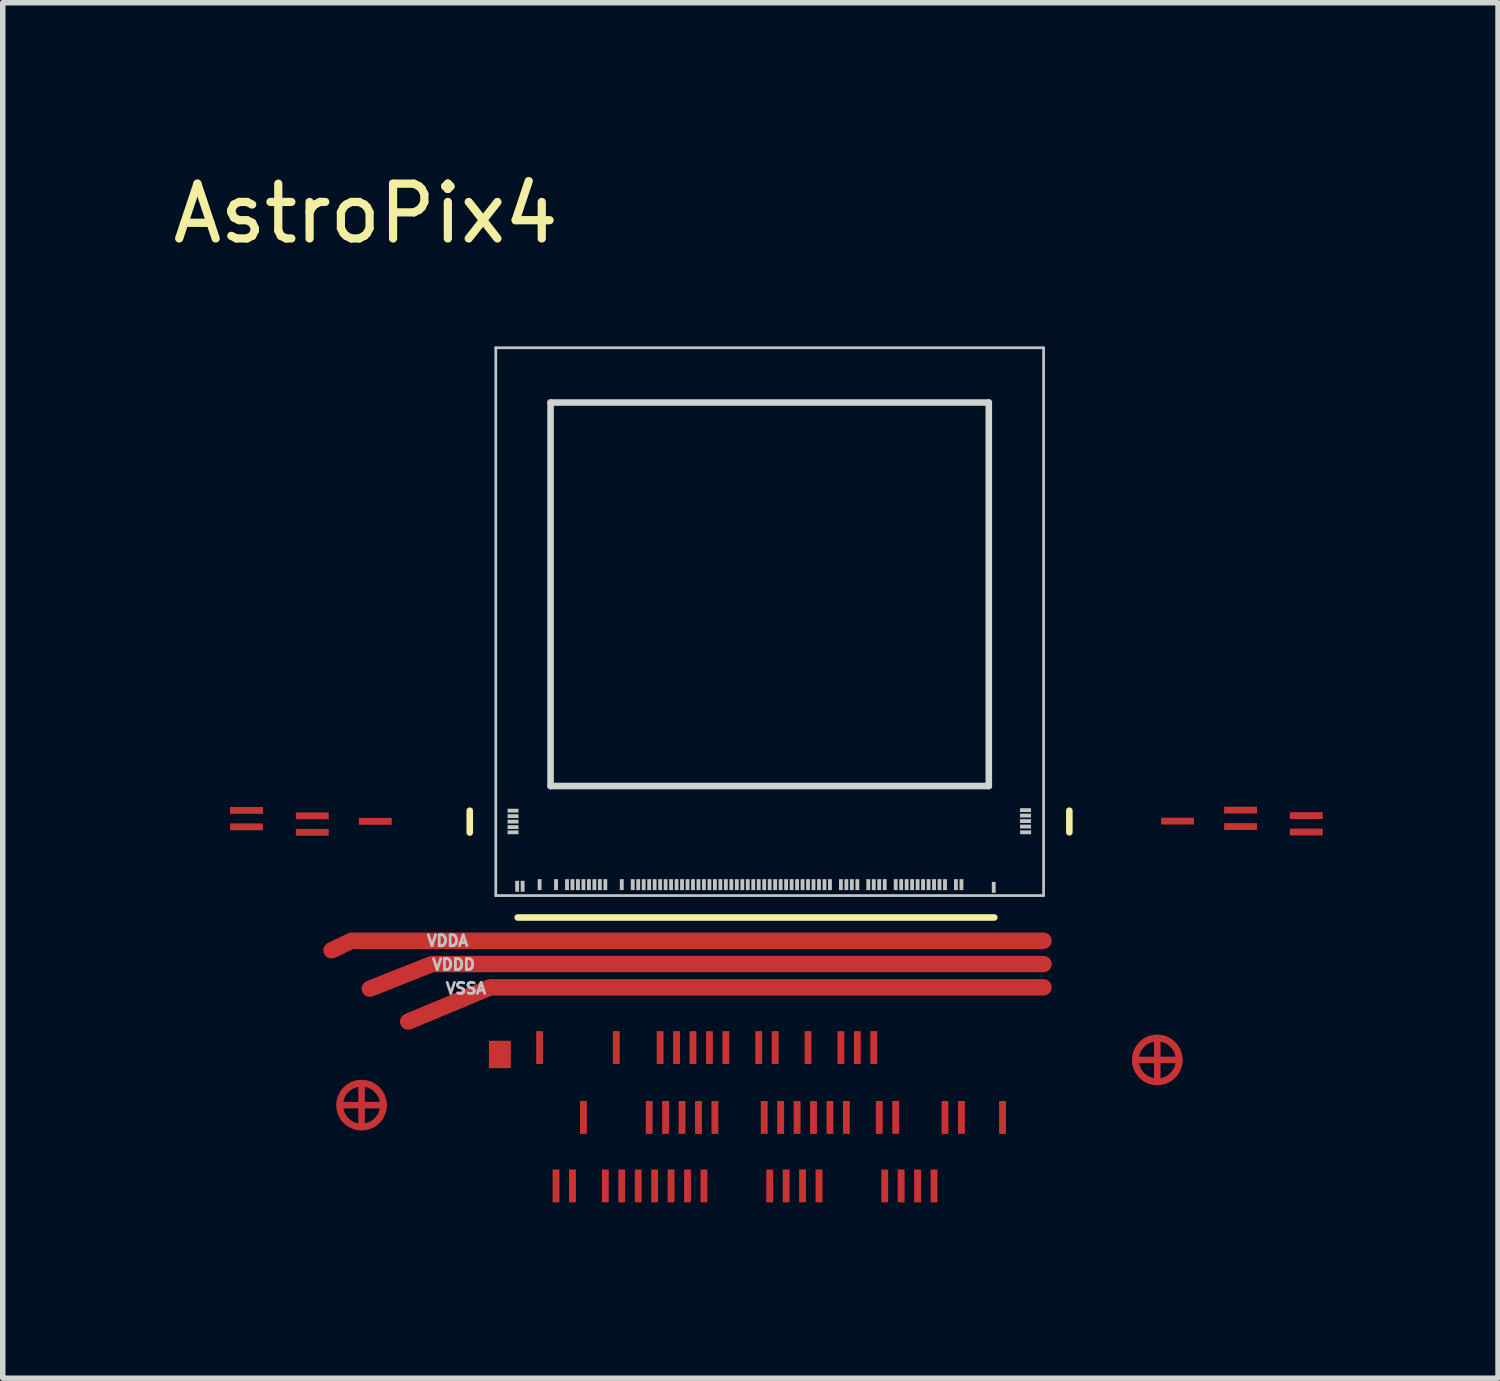
<source format=kicad_pcb>
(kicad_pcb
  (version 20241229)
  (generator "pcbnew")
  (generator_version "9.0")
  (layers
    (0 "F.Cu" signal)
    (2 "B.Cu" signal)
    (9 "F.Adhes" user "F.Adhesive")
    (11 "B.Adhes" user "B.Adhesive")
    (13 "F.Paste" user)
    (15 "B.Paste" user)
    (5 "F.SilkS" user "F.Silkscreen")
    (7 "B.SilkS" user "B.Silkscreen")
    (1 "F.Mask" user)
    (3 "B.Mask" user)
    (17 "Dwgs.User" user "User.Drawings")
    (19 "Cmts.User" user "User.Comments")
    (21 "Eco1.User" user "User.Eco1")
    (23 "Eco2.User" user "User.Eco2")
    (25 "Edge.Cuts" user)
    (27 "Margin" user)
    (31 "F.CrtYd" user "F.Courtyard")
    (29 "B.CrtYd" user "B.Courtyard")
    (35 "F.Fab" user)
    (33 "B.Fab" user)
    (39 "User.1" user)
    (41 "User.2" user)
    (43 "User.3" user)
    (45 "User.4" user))
  (footprint "AstroPix4"
    (layer "F.Cu")
    (at 6 13.298)
    (property "Reference" "AstroPix4" (at -2.375 -12.45 0) (layer "F.SilkS") (effects (font (size 1 1) (thickness 0.15))))
    (attr allow_soldermask_bridges)
    (fp_line (start -2.8 3.825) (end -2.05 3.825) (stroke (width 0.12) (type solid)) (layer "F.Cu"))
    (fp_line (start -2.45 3.475) (end -2.45 4.225) (stroke (width 0.12) (type solid)) (layer "F.Cu"))
    (fp_line (start 11.725 3) (end 12.475 3) (stroke (width 0.12) (type solid)) (layer "F.Cu"))
    (fp_line (start 12.075 2.65) (end 12.075 3.4) (stroke (width 0.12) (type solid)) (layer "F.Cu"))
    (fp_circle (center -2.45 3.825) (end -2.05 3.825) (stroke (width 0.125) (type solid)) (fill no) (layer "F.Cu"))
    (fp_circle (center 12.075 3) (end 12.475 3) (stroke (width 0.125) (type solid)) (fill no) (layer "F.Cu"))
    (fp_rect (start -0.3 2.975) (end 9.742 5.75) (stroke (width 0.12) (type solid)) (fill yes) (layer "F.Mask"))
    (fp_circle (center -2.45 3.825) (end -2.075 3.825) (stroke (width 0.2) (type solid)) (fill yes) (layer "F.Mask"))
    (fp_circle (center 12.075 3) (end 12.45 3) (stroke (width 0.2) (type solid)) (fill yes) (layer "F.Mask"))
    (fp_poly (pts (xy -1.79 -0.963) (xy -4.99 -0.963) (xy -4.99 -1.683) (xy -1.79 -1.683)) (stroke (width 0.1) (type solid)) (fill yes) (layer "F.Mask"))
    (fp_poly (pts (xy 11.15 2.9) (xy -1.15 2.9) (xy -1.15 -11.1) (xy 11.15 -11.1)) (stroke (width 0.1) (type solid)) (fill yes) (layer "F.Mask"))
    (fp_poly (pts (xy 15.245 -1.005) (xy 12.045 -1.005) (xy 12.045 -1.855) (xy 15.245 -1.855)) (stroke (width 0.1) (type solid)) (fill yes) (layer "F.Mask"))
    (fp_line (start -0.475 -1.15) (end -0.475 -1.55) (stroke (width 0.12) (type solid)) (layer "F.SilkS"))
    (fp_line (start 0.4 0.4) (end 9.1 0.4) (stroke (width 0.12) (type solid)) (layer "F.SilkS"))
    (fp_line (start 10.47 -1.155) (end 10.47 -1.55) (stroke (width 0.12) (type solid)) (layer "F.SilkS"))
    (fp_line (start 0 -10) (end 0 0) (stroke (width 0.05) (type solid)) (layer "Dwgs.User"))
    (fp_line (start 10 -10) (end 0 -10) (stroke (width 0.05) (type solid)) (layer "Dwgs.User"))
    (fp_line (start 10 -10) (end 10 0) (stroke (width 0.05) (type solid)) (layer "Dwgs.User"))
    (fp_line (start 10 0) (end 0 0) (stroke (width 0.05) (type solid)) (layer "Dwgs.User"))
    (fp_line (start 1 -9) (end 9 -9) (stroke (width 0.12) (type default)) (layer "Edge.Cuts"))
    (fp_line (start 1 -2) (end 1 -9) (stroke (width 0.12) (type default)) (layer "Edge.Cuts"))
    (fp_line (start 9 -9) (end 9 -2) (stroke (width 0.12) (type default)) (layer "Edge.Cuts"))
    (fp_line (start 9 -2) (end 1 -2) (stroke (width 0.12) (type default)) (layer "Edge.Cuts"))
    (fp_line (start -4.555 -1.25) (end 0.32 -1.25) (stroke (width 0.05) (type solid)) (layer "User.2"))
    (fp_line (start -4.55 -1.555) (end 0.325 -1.555) (stroke (width 0.05) (type solid)) (layer "User.2"))
    (fp_line (start -3.567 -1.451) (end 0.36 -1.45) (stroke (width 0.05) (type solid)) (layer "User.2"))
    (fp_line (start -3.562 -1.156) (end 0.365 -1.155) (stroke (width 0.05) (type solid)) (layer "User.2"))
    (fp_line (start -2.328 -1.351) (end 0.367 -1.359) (stroke (width 0.05) (type solid)) (layer "User.2"))
    (fp_line (start 0.386 -0.198) (end 0 2.7) (stroke (width 0.05) (type solid)) (layer "User.2"))
    (fp_line (start 0.481 -0.198) (end 0.2 2.7) (stroke (width 0.05) (type solid)) (layer "User.2"))
    (fp_line (start 0.8 -0.198) (end 0.8 2.7) (stroke (width 0.05) (type solid)) (layer "User.2"))
    (fp_line (start 1.1 -0.199) (end 1.09 4.62) (stroke (width 0.05) (type solid)) (layer "User.2"))
    (fp_line (start 1.3 -0.22) (end 1.3 0.83) (stroke (width 0.05) (type solid)) (layer "User.2"))
    (fp_line (start 1.4 -0.215) (end 1.4 4.6) (stroke (width 0.05) (type solid)) (layer "User.2"))
    (fp_line (start 1.5 -0.215) (end 1.5 0.835) (stroke (width 0.05) (type solid)) (layer "User.2"))
    (fp_line (start 1.6 -0.215) (end 1.6 3.61) (stroke (width 0.05) (type solid)) (layer "User.2"))
    (fp_line (start 1.7 -0.205) (end 1.7 1.69) (stroke (width 0.05) (type solid)) (layer "User.2"))
    (fp_line (start 1.8 -0.205) (end 1.8 1.69) (stroke (width 0.05) (type solid)) (layer "User.2"))
    (fp_line (start 1.9 -0.205) (end 1.9 0.845) (stroke (width 0.05) (type solid)) (layer "User.2"))
    (fp_line (start 2 -0.198) (end 2 4.617) (stroke (width 0.05) (type solid)) (layer "User.2"))
    (fp_line (start 2.3 -0.189) (end 2.19 2.6) (stroke (width 0.05) (type solid)) (layer "User.2"))
    (fp_line (start 2.5 -0.19) (end 2.31 4.6) (stroke (width 0.05) (type solid)) (layer "User.2"))
    (fp_line (start 2.6 -0.19) (end 2.59 4.63) (stroke (width 0.05) (type solid)) (layer "User.2"))
    (fp_line (start 2.7 -0.19) (end 2.7 1.248) (stroke (width 0.05) (type solid)) (layer "User.2"))
    (fp_line (start 2.8 -0.188) (end 2.8 3.66) (stroke (width 0.05) (type solid)) (layer "User.2"))
    (fp_line (start 2.9 -0.179) (end 2.89 4.64) (stroke (width 0.05) (type solid)) (layer "User.2"))
    (fp_line (start 3 -0.18) (end 3 2.62) (stroke (width 0.05) (type solid)) (layer "User.2"))
    (fp_line (start 3.1 -0.194) (end 3.1 3.654) (stroke (width 0.05) (type solid)) (layer "User.2"))
    (fp_line (start 3.2 -0.185) (end 3.19 4.634) (stroke (width 0.05) (type solid)) (layer "User.2"))
    (fp_line (start 3.3 -0.186) (end 3.3 2.614) (stroke (width 0.05) (type solid)) (layer "User.2"))
    (fp_line (start 3.4 -0.194) (end 3.4 3.654) (stroke (width 0.05) (type solid)) (layer "User.2"))
    (fp_line (start 3.5 -0.185) (end 3.49 4.634) (stroke (width 0.05) (type solid)) (layer "User.2"))
    (fp_line (start 3.6 -0.186) (end 3.6 2.614) (stroke (width 0.05) (type solid)) (layer "User.2"))
    (fp_line (start 3.7 -0.204) (end 3.7 3.644) (stroke (width 0.05) (type solid)) (layer "User.2"))
    (fp_line (start 3.8 -0.195) (end 3.79 4.624) (stroke (width 0.05) (type solid)) (layer "User.2"))
    (fp_line (start 3.9 -0.196) (end 3.9 2.604) (stroke (width 0.05) (type solid)) (layer "User.2"))
    (fp_line (start 4 -0.204) (end 4 3.644) (stroke (width 0.05) (type solid)) (layer "User.2"))
    (fp_line (start 4.1 -0.195) (end 4.1 1.28) (stroke (width 0.05) (type solid)) (layer "User.2"))
    (fp_line (start 4.2 -0.196) (end 4.2 2.604) (stroke (width 0.05) (type solid)) (layer "User.2"))
    (fp_line (start 4.3 -0.214) (end 4.3 1.7) (stroke (width 0.05) (type solid)) (layer "User.2"))
    (fp_line (start 4.4 -0.205) (end 4.4 1.7) (stroke (width 0.05) (type solid)) (layer "User.2"))
    (fp_line (start 4.5 -0.206) (end 4.5 0.83) (stroke (width 0.05) (type solid)) (layer "User.2"))
    (fp_line (start 4.6 -0.214) (end 4.6 0.83) (stroke (width 0.05) (type solid)) (layer "User.2"))
    (fp_line (start 4.8 -0.206) (end 4.8 2.594) (stroke (width 0.05) (type solid)) (layer "User.2"))
    (fp_line (start 4.905 -0.208) (end 4.905 3.639) (stroke (width 0.05) (type solid)) (layer "User.2"))
    (fp_line (start 5.005 -0.199) (end 4.995 4.619) (stroke (width 0.05) (type solid)) (layer "User.2"))
    (fp_line (start 5.105 -0.201) (end 5.105 2.599) (stroke (width 0.05) (type solid)) (layer "User.2"))
    (fp_line (start 5.205 -0.208) (end 5.205 3.639) (stroke (width 0.05) (type solid)) (layer "User.2"))
    (fp_line (start 5.305 -0.199) (end 5.295 4.619) (stroke (width 0.05) (type solid)) (layer "User.2"))
    (fp_line (start 5.4 -0.204) (end 5.4 0.84) (stroke (width 0.05) (type solid)) (layer "User.2"))
    (fp_line (start 5.505 -0.218) (end 5.505 3.629) (stroke (width 0.05) (type solid)) (layer "User.2"))
    (fp_line (start 5.605 -0.209) (end 5.595 4.609) (stroke (width 0.05) (type solid)) (layer "User.2"))
    (fp_line (start 5.695 -0.221) (end 5.695 2.579) (stroke (width 0.05) (type solid)) (layer "User.2"))
    (fp_line (start 5.795 -0.228) (end 5.795 3.619) (stroke (width 0.05) (type solid)) (layer "User.2"))
    (fp_line (start 5.895 -0.219) (end 5.9 4.59) (stroke (width 0.05) (type solid)) (layer "User.2"))
    (fp_line (start 6 -0.212) (end 6 0.832) (stroke (width 0.05) (type solid)) (layer "User.2"))
    (fp_line (start 6.1 -0.207) (end 6.1 3.64) (stroke (width 0.05) (type solid)) (layer "User.2"))
    (fp_line (start 6.3 -0.23) (end 6.3 2.57) (stroke (width 0.05) (type solid)) (layer "User.2"))
    (fp_line (start 6.4 -0.217) (end 6.4 3.63) (stroke (width 0.05) (type solid)) (layer "User.2"))
    (fp_line (start 6.5 -0.225) (end 6.5 1.68) (stroke (width 0.05) (type solid)) (layer "User.2"))
    (fp_line (start 6.6 -0.22) (end 6.6 2.58) (stroke (width 0.05) (type solid)) (layer "User.2"))
    (fp_line (start 6.8 -0.202) (end 6.8 0.842) (stroke (width 0.05) (type solid)) (layer "User.2"))
    (fp_line (start 6.897 -0.216) (end 6.897 2.584) (stroke (width 0.05) (type solid)) (layer "User.2"))
    (fp_line (start 6.997 -0.224) (end 6.997 3.624) (stroke (width 0.05) (type solid)) (layer "User.2"))
    (fp_line (start 7.098 -0.214) (end 7.103 4.595) (stroke (width 0.05) (type solid)) (layer "User.2"))
    (fp_line (start 7.3 -0.223) (end 7.3 3.625) (stroke (width 0.05) (type solid)) (layer "User.2"))
    (fp_line (start 7.4 -0.213) (end 7.405 4.596) (stroke (width 0.05) (type solid)) (layer "User.2"))
    (fp_line (start 7.5 -0.2) (end 7.5 1.705) (stroke (width 0.05) (type solid)) (layer "User.2"))
    (fp_line (start 7.6 -0.197) (end 7.6 0.847) (stroke (width 0.05) (type solid)) (layer "User.2"))
    (fp_line (start 7.697 -0.23) (end 7.702 4.58) (stroke (width 0.05) (type solid)) (layer "User.2"))
    (fp_line (start 7.8 -0.228) (end 7.8 1.677) (stroke (width 0.05) (type solid)) (layer "User.2"))
    (fp_line (start 7.9 -0.224) (end 7.9 0.819) (stroke (width 0.05) (type solid)) (layer "User.2"))
    (fp_line (start 7.997 -0.23) (end 8.002 4.58) (stroke (width 0.05) (type solid)) (layer "User.2"))
    (fp_line (start 8.2 -0.233) (end 8.2 3.615) (stroke (width 0.05) (type solid)) (layer "User.2"))
    (fp_line (start 8.4 -0.225) (end 8.4 1.25) (stroke (width 0.05) (type solid)) (layer "User.2"))
    (fp_line (start 8.5 -0.225) (end 8.5 3.623) (stroke (width 0.05) (type solid)) (layer "User.2"))
    (fp_line (start 9.1 -0.174) (end 9.25 3.575) (stroke (width 0.05) (type solid)) (layer "User.2"))
    (fp_line (start 9.685 -1.465) (end 14.56 -1.465) (stroke (width 0.05) (type solid)) (layer "User.2"))
    (fp_line (start 9.693 -1.556) (end 13.62 -1.555) (stroke (width 0.05) (type solid)) (layer "User.2"))
    (fp_line (start 9.695 -1.155) (end 14.57 -1.155) (stroke (width 0.05) (type solid)) (layer "User.2"))
    (fp_line (start 9.707 -1.261) (end 13.635 -1.26) (stroke (width 0.05) (type solid)) (layer "User.2"))
    (fp_line (start 9.713 -1.356) (end 12.408 -1.364) (stroke (width 0.05) (type solid)) (layer "User.2"))
    (fp_text user "VSSA" (at -0.545 1.695 0) (unlocked yes) (layer "Dwgs.User") (effects (font (size 0.2 0.2) (thickness 0.05))))
    (fp_text user "VDDA" (at -0.88 0.825 0) (unlocked yes) (layer "Dwgs.User") (effects (font (size 0.2 0.2) (thickness 0.05))))
    (fp_text user "VDDD" (at -0.77 1.26 0) (unlocked yes) (layer "Dwgs.User") (effects (font (size 0.2 0.2) (thickness 0.05))))
    (pad "" smd rect (at 0.315 -1.55 90) (size 0.07 0.2) (layers "Dwgs.User"))
    (pad "" smd rect (at 0.315 -1.45 90) (size 0.07 0.2) (layers "Dwgs.User"))
    (pad "" smd rect (at 0.315 -1.35 90) (size 0.07 0.2) (layers "Dwgs.User"))
    (pad "" smd rect (at 0.315 -1.25 90) (size 0.07 0.2) (layers "Dwgs.User"))
    (pad "" smd rect (at 0.315 -1.155 90) (size 0.07 0.2) (layers "Dwgs.User"))
    (pad "" smd rect (at 0.39 -0.17) (size 0.07 0.2) (layers "Dwgs.User"))
    (pad "" smd rect (at 0.49 -0.17) (size 0.07 0.2) (layers "Dwgs.User"))
    (pad "" smd rect (at 0.8 -0.2) (size 0.07 0.2) (layers "Dwgs.User"))
    (pad "" smd rect (at 1.1 -0.2) (size 0.07 0.2) (layers "Dwgs.User"))
    (pad "" smd rect (at 1.3 -0.2) (size 0.07 0.2) (layers "Dwgs.User"))
    (pad "" smd rect (at 1.4 -0.2) (size 0.07 0.2) (layers "Dwgs.User"))
    (pad "" smd rect (at 1.5 -0.2) (size 0.07 0.2) (layers "Dwgs.User"))
    (pad "" smd rect (at 1.6 -0.2) (size 0.07 0.2) (layers "Dwgs.User"))
    (pad "" smd rect (at 1.7 -0.2) (size 0.07 0.2) (layers "Dwgs.User"))
    (pad "" smd rect (at 1.8 -0.2) (size 0.07 0.2) (layers "Dwgs.User"))
    (pad "" smd rect (at 1.9 -0.2) (size 0.07 0.2) (layers "Dwgs.User"))
    (pad "" smd rect (at 2 -0.2) (size 0.07 0.2) (layers "Dwgs.User"))
    (pad "" smd rect (at 2.3 -0.2) (size 0.07 0.2) (layers "Dwgs.User"))
    (pad "" smd rect (at 2.5 -0.2) (size 0.07 0.2) (layers "Dwgs.User"))
    (pad "" smd rect (at 2.6 -0.2) (size 0.07 0.2) (layers "Dwgs.User"))
    (pad "" smd rect (at 2.7 -0.2) (size 0.07 0.2) (layers "Dwgs.User"))
    (pad "" smd rect (at 2.8 -0.2) (size 0.07 0.2) (layers "Dwgs.User"))
    (pad "" smd rect (at 2.9 -0.2) (size 0.07 0.2) (layers "Dwgs.User"))
    (pad "" smd rect (at 3 -0.2) (size 0.07 0.2) (layers "Dwgs.User"))
    (pad "" smd rect (at 3.1 -0.2) (size 0.07 0.2) (layers "Dwgs.User"))
    (pad "" smd rect (at 3.2 -0.2) (size 0.07 0.2) (layers "Dwgs.User"))
    (pad "" smd rect (at 3.3 -0.2) (size 0.07 0.2) (layers "Dwgs.User"))
    (pad "" smd rect (at 3.4 -0.2) (size 0.07 0.2) (layers "Dwgs.User"))
    (pad "" smd rect (at 3.5 -0.2) (size 0.07 0.2) (layers "Dwgs.User"))
    (pad "" smd rect (at 3.6 -0.2) (size 0.07 0.2) (layers "Dwgs.User"))
    (pad "" smd rect (at 3.7 -0.2) (size 0.07 0.2) (layers "Dwgs.User"))
    (pad "" smd rect (at 3.8 -0.2) (size 0.07 0.2) (layers "Dwgs.User"))
    (pad "" smd rect (at 3.9 -0.2) (size 0.07 0.2) (layers "Dwgs.User"))
    (pad "" smd rect (at 4 -0.2) (size 0.07 0.2) (layers "Dwgs.User"))
    (pad "" smd rect (at 4.1 -0.2) (size 0.07 0.2) (layers "Dwgs.User"))
    (pad "" smd rect (at 4.2 -0.2) (size 0.07 0.2) (layers "Dwgs.User"))
    (pad "" smd rect (at 4.3 -0.2) (size 0.07 0.2) (layers "Dwgs.User"))
    (pad "" smd rect (at 4.4 -0.2) (size 0.07 0.2) (layers "Dwgs.User"))
    (pad "" smd rect (at 4.5 -0.2) (size 0.07 0.2) (layers "Dwgs.User"))
    (pad "" smd rect (at 4.6 -0.2) (size 0.07 0.2) (layers "Dwgs.User"))
    (pad "" smd rect (at 4.7 -0.2) (size 0.07 0.2) (layers "Dwgs.User"))
    (pad "" smd rect (at 4.8 -0.2) (size 0.07 0.2) (layers "Dwgs.User"))
    (pad "" smd rect (at 4.9 -0.2) (size 0.07 0.2) (layers "Dwgs.User"))
    (pad "" smd rect (at 5 -0.2) (size 0.07 0.2) (layers "Dwgs.User"))
    (pad "" smd rect (at 5.1 -0.2) (size 0.07 0.2) (layers "Dwgs.User"))
    (pad "" smd rect (at 5.2 -0.2) (size 0.07 0.2) (layers "Dwgs.User"))
    (pad "" smd rect (at 5.3 -0.2) (size 0.07 0.2) (layers "Dwgs.User"))
    (pad "" smd rect (at 5.4 -0.2) (size 0.07 0.2) (layers "Dwgs.User"))
    (pad "" smd rect (at 5.5 -0.2) (size 0.07 0.2) (layers "Dwgs.User"))
    (pad "" smd rect (at 5.6 -0.2) (size 0.07 0.2) (layers "Dwgs.User"))
    (pad "" smd rect (at 5.7 -0.2) (size 0.07 0.2) (layers "Dwgs.User"))
    (pad "" smd rect (at 5.8 -0.2) (size 0.07 0.2) (layers "Dwgs.User"))
    (pad "" smd rect (at 5.9 -0.2) (size 0.07 0.2) (layers "Dwgs.User"))
    (pad "" smd rect (at 6 -0.2) (size 0.07 0.2) (layers "Dwgs.User"))
    (pad "" smd rect (at 6.1 -0.2) (size 0.07 0.2) (layers "Dwgs.User"))
    (pad "" smd rect (at 6.3 -0.2) (size 0.07 0.2) (layers "Dwgs.User"))
    (pad "" smd rect (at 6.4 -0.2) (size 0.07 0.2) (layers "Dwgs.User"))
    (pad "" smd rect (at 6.5 -0.2) (size 0.07 0.2) (layers "Dwgs.User"))
    (pad "" smd rect (at 6.6 -0.2) (size 0.07 0.2) (layers "Dwgs.User"))
    (pad "" smd rect (at 6.8 -0.2) (size 0.07 0.2) (layers "Dwgs.User"))
    (pad "" smd rect (at 6.9 -0.2) (size 0.07 0.2) (layers "Dwgs.User"))
    (pad "" smd rect (at 7 -0.2) (size 0.07 0.2) (layers "Dwgs.User"))
    (pad "" smd rect (at 7.1 -0.2) (size 0.07 0.2) (layers "Dwgs.User"))
    (pad "" smd rect (at 7.3 -0.2) (size 0.07 0.2) (layers "Dwgs.User"))
    (pad "" smd rect (at 7.4 -0.2) (size 0.07 0.2) (layers "Dwgs.User"))
    (pad "" smd rect (at 7.5 -0.2) (size 0.07 0.2) (layers "Dwgs.User"))
    (pad "" smd rect (at 7.6 -0.2) (size 0.07 0.2) (layers "Dwgs.User"))
    (pad "" smd rect (at 7.7 -0.2) (size 0.07 0.2) (layers "Dwgs.User"))
    (pad "" smd rect (at 7.8 -0.2) (size 0.07 0.2) (layers "Dwgs.User"))
    (pad "" smd rect (at 7.9 -0.2) (size 0.07 0.2) (layers "Dwgs.User"))
    (pad "" smd rect (at 8 -0.2) (size 0.07 0.2) (layers "Dwgs.User"))
    (pad "" smd rect (at 8.1 -0.2) (size 0.07 0.2) (layers "Dwgs.User"))
    (pad "" smd rect (at 8.2 -0.2) (size 0.07 0.2) (layers "Dwgs.User"))
    (pad "" smd rect (at 8.4 -0.2) (size 0.07 0.2) (layers "Dwgs.User"))
    (pad "" smd rect (at 8.5 -0.2) (size 0.07 0.2) (layers "Dwgs.User"))
    (pad "" smd rect (at 9.09 -0.15) (size 0.07 0.2) (layers "Dwgs.User"))
    (pad "" smd rect (at 9.67 -1.56 90) (size 0.07 0.2) (layers "Dwgs.User"))
    (pad "" smd rect (at 9.67 -1.46 90) (size 0.07 0.2) (layers "Dwgs.User"))
    (pad "" smd rect (at 9.67 -1.36 90) (size 0.07 0.2) (layers "Dwgs.User"))
    (pad "" smd rect (at 9.67 -1.26 90) (size 0.07 0.2) (layers "Dwgs.User"))
    (pad "" smd rect (at 9.672 -1.155 90) (size 0.07 0.2) (layers "Dwgs.User"))
    (pad "B1" smd rect (at 0.075 2.9) (size 0.4 0.5) (layers "F.Cu" "F.Mask" "F.Paste"))
    (pad "B3" smd rect (at 0.8 2.775) (size 0.125 0.6) (layers "F.Cu" "F.Mask" "F.Paste"))
    (pad "B4" smd rect (at 1.1 5.3) (size 0.125 0.6) (layers "F.Cu" "F.Mask" "F.Paste"))
    (pad "B6" smd rect (at 1.4 5.3) (size 0.125 0.6) (layers "F.Cu" "F.Mask" "F.Paste"))
    (pad "B8" smd rect (at 1.6 4.05) (size 0.125 0.6) (layers "F.Cu" "F.Mask" "F.Paste"))
    (pad "B12" smd rect (at 2 5.3) (size 0.125 0.6) (layers "F.Cu" "F.Mask" "F.Paste"))
    (pad "B13" smd rect (at 2.2 2.775) (size 0.125 0.6) (layers "F.Cu" "F.Mask" "F.Paste"))
    (pad "B14" smd rect (at 2.3 5.3) (size 0.125 0.6) (layers "F.Cu" "F.Mask" "F.Paste"))
    (pad "B15" smd rect (at 2.6 5.3) (size 0.125 0.6) (layers "F.Cu" "F.Mask" "F.Paste"))
    (pad "B17" smd rect (at 2.8 4.05) (size 0.125 0.6) (layers "F.Cu" "F.Mask" "F.Paste"))
    (pad "B18" smd rect (at 2.9 5.3) (size 0.125 0.6) (layers "F.Cu" "F.Mask" "F.Paste"))
    (pad "B19" smd rect (at 3 2.775) (size 0.125 0.6) (layers "F.Cu" "F.Mask" "F.Paste"))
    (pad "B20" smd rect (at 3.1 4.05) (size 0.125 0.6) (layers "F.Cu" "F.Mask" "F.Paste"))
    (pad "B21" smd rect (at 3.2 5.3) (size 0.125 0.6) (layers "F.Cu" "F.Mask" "F.Paste"))
    (pad "B22" smd rect (at 3.3 2.775) (size 0.125 0.6) (layers "F.Cu" "F.Mask" "F.Paste"))
    (pad "B23" smd rect (at 3.4 4.05) (size 0.125 0.6) (layers "F.Cu" "F.Mask" "F.Paste"))
    (pad "B24" smd rect (at 3.5 5.3) (size 0.125 0.6) (layers "F.Cu" "F.Mask" "F.Paste"))
    (pad "B25" smd rect (at 3.6 2.775) (size 0.125 0.6) (layers "F.Cu" "F.Mask" "F.Paste"))
    (pad "B26" smd rect (at 3.7 4.05) (size 0.125 0.6) (layers "F.Cu" "F.Mask" "F.Paste"))
    (pad "B27" smd rect (at 3.8 5.3) (size 0.125 0.6) (layers "F.Cu" "F.Mask" "F.Paste"))
    (pad "B28" smd rect (at 3.9 2.775) (size 0.125 0.6) (layers "F.Cu" "F.Mask" "F.Paste"))
    (pad "B29" smd rect (at 4 4.05) (size 0.125 0.6) (layers "F.Cu" "F.Mask" "F.Paste"))
    (pad "B31" smd rect (at 4.2 2.775) (size 0.125 0.6) (layers "F.Cu" "F.Mask" "F.Paste"))
    (pad "B37" smd rect (at 4.8 2.775) (size 0.125 0.6) (layers "F.Cu" "F.Mask" "F.Paste"))
    (pad "B38" smd rect (at 4.9 4.05) (size 0.125 0.6) (layers "F.Cu" "F.Mask" "F.Paste"))
    (pad "B39" smd rect (at 5 5.3) (size 0.125 0.6) (layers "F.Cu" "F.Mask" "F.Paste"))
    (pad "B40" smd rect (at 5.1 2.775) (size 0.125 0.6) (layers "F.Cu" "F.Mask" "F.Paste"))
    (pad "B41" smd rect (at 5.2 4.05) (size 0.125 0.6) (layers "F.Cu" "F.Mask" "F.Paste"))
    (pad "B42" smd rect (at 5.3 5.3) (size 0.125 0.6) (layers "F.Cu" "F.Mask" "F.Paste"))
    (pad "B44" smd rect (at 5.5 4.05) (size 0.125 0.6) (layers "F.Cu" "F.Mask" "F.Paste"))
    (pad "B45" smd rect (at 5.6 5.3) (size 0.125 0.6) (layers "F.Cu" "F.Mask" "F.Paste"))
    (pad "B46" smd rect (at 5.7 2.775) (size 0.125 0.6) (layers "F.Cu" "F.Mask" "F.Paste"))
    (pad "B47" smd rect (at 5.8 4.05) (size 0.125 0.6) (layers "F.Cu" "F.Mask" "F.Paste"))
    (pad "B48" smd rect (at 5.9 5.3) (size 0.125 0.6) (layers "F.Cu" "F.Mask" "F.Paste"))
    (pad "B50" smd rect (at 6.1 4.05) (size 0.125 0.6) (layers "F.Cu" "F.Mask" "F.Paste"))
    (pad "B51" smd rect (at 6.3 2.775) (size 0.125 0.6) (layers "F.Cu" "F.Mask" "F.Paste"))
    (pad "B52" smd rect (at 6.4 4.05) (size 0.125 0.6) (layers "F.Cu" "F.Mask" "F.Paste"))
    (pad "B54" smd rect (at 6.6 2.775) (size 0.125 0.6) (layers "F.Cu" "F.Mask" "F.Paste"))
    (pad "B56" smd rect (at 6.9 2.775) (size 0.125 0.6) (layers "F.Cu" "F.Mask" "F.Paste"))
    (pad "B57" smd rect (at 7 4.05) (size 0.125 0.6) (layers "F.Cu" "F.Mask" "F.Paste"))
    (pad "B58" smd rect (at 7.1 5.3) (size 0.125 0.6) (layers "F.Cu" "F.Mask" "F.Paste"))
    (pad "B59" smd rect (at 7.3 4.05) (size 0.125 0.6) (layers "F.Cu" "F.Mask" "F.Paste"))
    (pad "B60" smd rect (at 7.4 5.3) (size 0.125 0.6) (layers "F.Cu" "F.Mask" "F.Paste"))
    (pad "B63" smd rect (at 7.7 5.3) (size 0.125 0.6) (layers "F.Cu" "F.Mask" "F.Paste"))
    (pad "B66" smd rect (at 8 5.3) (size 0.125 0.6) (layers "F.Cu" "F.Mask" "F.Paste"))
    (pad "B68" smd rect (at 8.2 4.05) (size 0.125 0.6) (layers "F.Cu" "F.Mask" "F.Paste"))
    (pad "B70" smd rect (at 8.5 4.05) (size 0.125 0.6) (layers "F.Cu" "F.Mask" "F.Paste"))
    (pad "B71" smd rect (at 9.25 4.05) (size 0.125 0.6) (layers "F.Cu" "F.Mask" "F.Paste"))
    (pad "L1" smd rect (at -4.55 -1.555 270) (size 0.125 0.6) (layers "F.Cu" "F.Mask" "F.Paste"))
    (pad "L2" smd rect (at -3.35 -1.455 270) (size 0.125 0.6) (layers "F.Cu" "F.Mask" "F.Paste"))
    (pad "L3" smd rect (at -2.2 -1.355 270) (size 0.125 0.6) (layers "F.Cu" "F.Mask" "F.Paste"))
    (pad "L4" smd rect (at -4.55 -1.255 270) (size 0.125 0.6) (layers "F.Cu" "F.Mask" "F.Paste"))
    (pad "L5" smd rect (at -3.35 -1.155 270) (size 0.125 0.6) (layers "F.Cu" "F.Mask" "F.Paste"))
    (pad "R1" smd rect (at 14.795 -1.16 90) (size 0.125 0.6) (layers "F.Cu" "F.Mask" "F.Paste"))
    (pad "R2" smd rect (at 13.595 -1.26 90) (size 0.125 0.6) (layers "F.Cu" "F.Mask" "F.Paste"))
    (pad "R3" smd rect (at 12.445 -1.36 90) (size 0.125 0.6) (layers "F.Cu" "F.Mask" "F.Paste"))
    (pad "R4" smd rect (at 14.795 -1.46 90) (size 0.125 0.6) (layers "F.Cu" "F.Mask" "F.Paste"))
    (pad "R5" smd rect (at 13.595 -1.56 90) (size 0.125 0.6) (layers "F.Cu" "F.Mask" "F.Paste"))
    (pad "VDDA_Ring" smd custom (at -2 0.8) (size 0.6 0.2) (layers "F.Cu" "F.Mask" "F.Paste") (options (anchor rect)) (primitives (gr_line (start -0.635 0.025) (end 12 0.025) (width 0.3)) (gr_line (start -1 0.2) (end -0.635 0.025) (width 0.3))))
    (pad "VDDD_Ring" smd custom (at -0.9 1.25) (size 0.6 0.2) (layers "F.Cu" "F.Mask" "F.Paste") (options (anchor rect)) (primitives (gr_line (start -1.4 0.45) (end -0.265 0) (width 0.3)) (gr_line (start -0.265 0) (end 10.9 0) (width 0.3))))
    (pad "VSSA_Ring" smd custom (at 0.3 1.65) (size 0.6 0.2) (layers "F.Cu" "F.Mask" "F.Paste") (options (anchor rect)) (primitives (gr_line (start -1.9 0.65) (end -0.4 0.025) (width 0.3)) (gr_line (start -0.4 0.025) (end 9.7 0.025) (width 0.3)))))
  (gr_rect
    (start -3 -3)
    (end 24.295 22.108)
    (stroke (width 0.1) (type default))
    (fill no)
    (layer "Edge.Cuts")))
</source>
